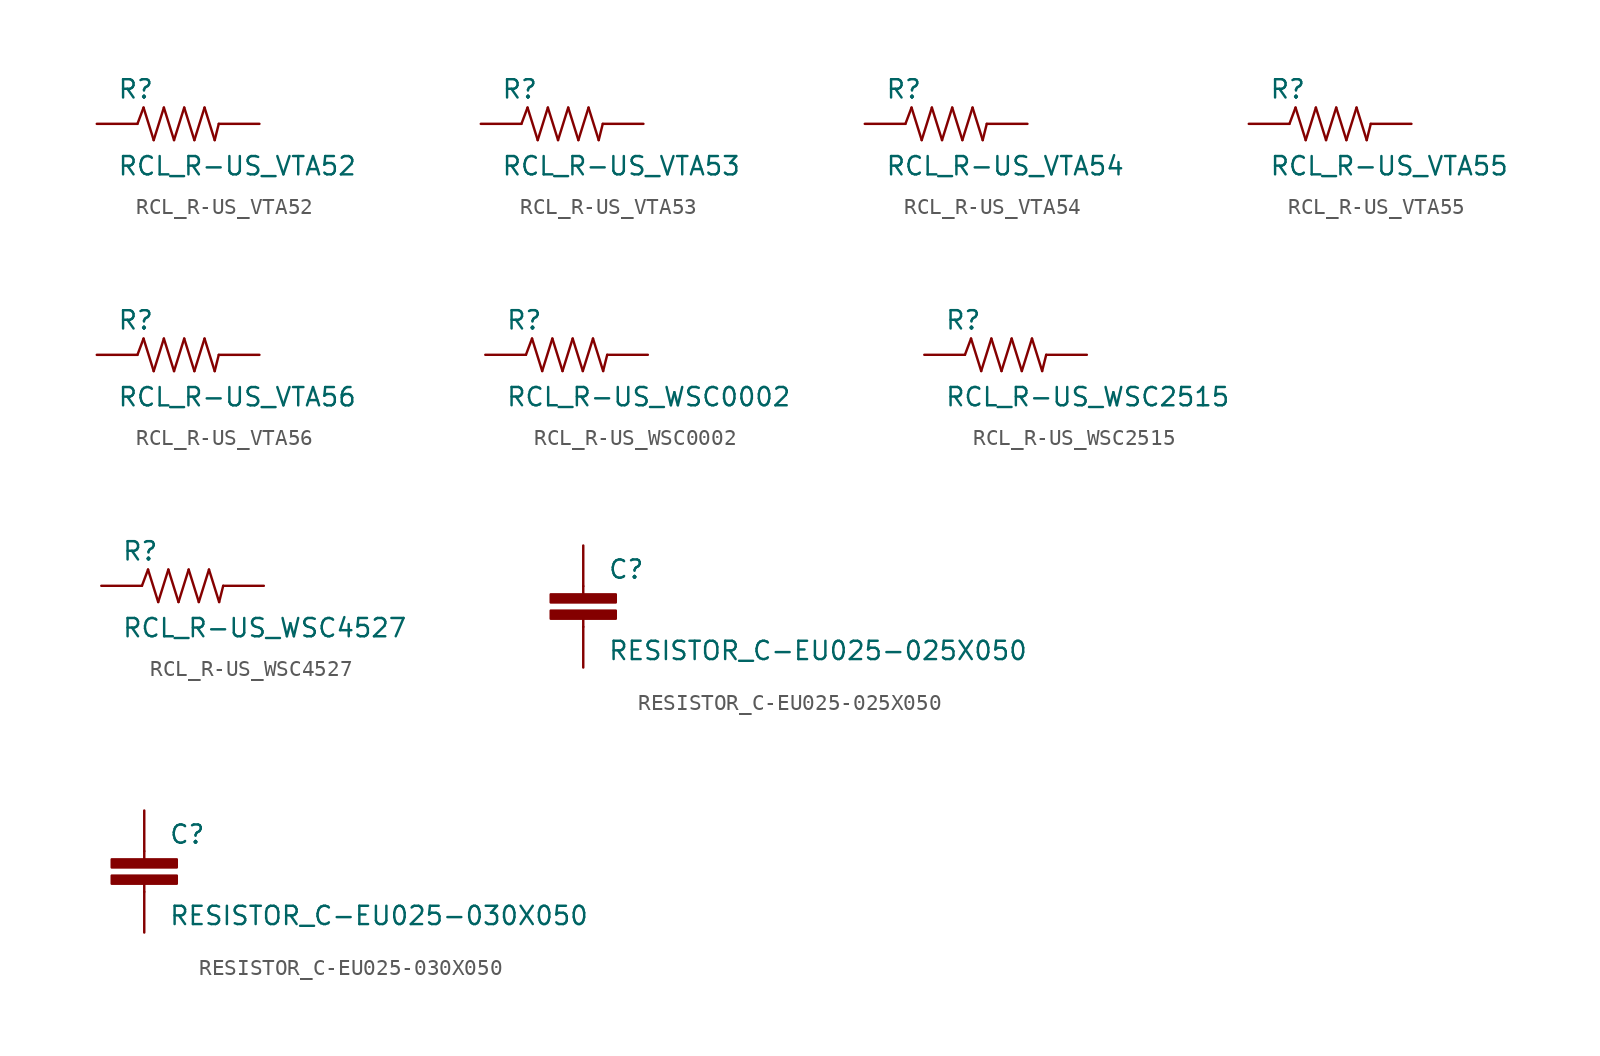
<source format=kicad_sym>
(kicad_symbol_lib
  (version 20210619)
  (generator kicad_symbol_editor)
  (symbol "RCL_R-US_VTA52"
    (pin_numbers hide)
    (pin_names
      (offset 1.016) hide)
    (property "Reference" "R"
      (at -3.81 1.499 0)
      (effects (font (size 1.143 1.143)) (justify left bottom)))
    (property "Value" "RCL_R-US_VTA52"
      (at -3.81 -3.302 0)
      (effects (font (size 1.143 1.143)) (justify left bottom)))
    (property "ki_locked" ""
      (at 0 0 0)
      (effects (font (size 1.27 1.27))))
    (symbol "RCL_R-US_VTA52_1_0"
      (polyline (pts (xy -2.54 0) (xy -2.159 1.016)) (stroke (width 0)) (fill (type none)))
      (polyline (pts (xy -2.159 1.016) (xy -1.524 -1.016)) (stroke (width 0)) (fill (type none)))
      (polyline (pts (xy -1.524 -1.016) (xy -0.889 1.016)) (stroke (width 0)) (fill (type none)))
      (polyline (pts (xy -0.889 1.016) (xy -0.254 -1.016)) (stroke (width 0)) (fill (type none)))
      (polyline (pts (xy -0.254 -1.016) (xy 0.381 1.016)) (stroke (width 0)) (fill (type none)))
      (polyline (pts (xy 0.381 1.016) (xy 1.016 -1.016)) (stroke (width 0)) (fill (type none)))
      (polyline (pts (xy 1.016 -1.016) (xy 1.651 1.016)) (stroke (width 0)) (fill (type none)))
      (polyline (pts (xy 1.651 1.016) (xy 2.286 -1.016)) (stroke (width 0)) (fill (type none)))
      (polyline (pts (xy 2.286 -1.016) (xy 2.54 0)) (stroke (width 0)) (fill (type none))))
    (symbol "RCL_R-US_VTA52_1_1"
      (pin passive line (at -5.08 0 0) (length 2.54) (name "1" (effects (font (size 1.016 1.016)))) (number "1" (effects (font (size 1.016 1.016)))))
      (pin passive line (at 5.08 0 180) (length 2.54) (name "2" (effects (font (size 1.016 1.016)))) (number "2" (effects (font (size 1.016 1.016)))))))
  (symbol "RCL_R-US_VTA53"
    (pin_numbers hide)
    (pin_names
      (offset 1.016) hide)
    (property "Reference" "R"
      (at -3.81 1.499 0)
      (effects (font (size 1.143 1.143)) (justify left bottom)))
    (property "Value" "RCL_R-US_VTA53"
      (at -3.81 -3.302 0)
      (effects (font (size 1.143 1.143)) (justify left bottom)))
    (property "ki_locked" ""
      (at 0 0 0)
      (effects (font (size 1.27 1.27))))
    (symbol "RCL_R-US_VTA53_1_0"
      (polyline (pts (xy -2.54 0) (xy -2.159 1.016)) (stroke (width 0)) (fill (type none)))
      (polyline (pts (xy -2.159 1.016) (xy -1.524 -1.016)) (stroke (width 0)) (fill (type none)))
      (polyline (pts (xy -1.524 -1.016) (xy -0.889 1.016)) (stroke (width 0)) (fill (type none)))
      (polyline (pts (xy -0.889 1.016) (xy -0.254 -1.016)) (stroke (width 0)) (fill (type none)))
      (polyline (pts (xy -0.254 -1.016) (xy 0.381 1.016)) (stroke (width 0)) (fill (type none)))
      (polyline (pts (xy 0.381 1.016) (xy 1.016 -1.016)) (stroke (width 0)) (fill (type none)))
      (polyline (pts (xy 1.016 -1.016) (xy 1.651 1.016)) (stroke (width 0)) (fill (type none)))
      (polyline (pts (xy 1.651 1.016) (xy 2.286 -1.016)) (stroke (width 0)) (fill (type none)))
      (polyline (pts (xy 2.286 -1.016) (xy 2.54 0)) (stroke (width 0)) (fill (type none))))
    (symbol "RCL_R-US_VTA53_1_1"
      (pin passive line (at -5.08 0 0) (length 2.54) (name "1" (effects (font (size 1.016 1.016)))) (number "1" (effects (font (size 1.016 1.016)))))
      (pin passive line (at 5.08 0 180) (length 2.54) (name "2" (effects (font (size 1.016 1.016)))) (number "2" (effects (font (size 1.016 1.016)))))))
  (symbol "RCL_R-US_VTA54"
    (pin_numbers hide)
    (pin_names
      (offset 1.016) hide)
    (property "Reference" "R"
      (at -3.81 1.499 0)
      (effects (font (size 1.143 1.143)) (justify left bottom)))
    (property "Value" "RCL_R-US_VTA54"
      (at -3.81 -3.302 0)
      (effects (font (size 1.143 1.143)) (justify left bottom)))
    (property "ki_locked" ""
      (at 0 0 0)
      (effects (font (size 1.27 1.27))))
    (symbol "RCL_R-US_VTA54_1_0"
      (polyline (pts (xy -2.54 0) (xy -2.159 1.016)) (stroke (width 0)) (fill (type none)))
      (polyline (pts (xy -2.159 1.016) (xy -1.524 -1.016)) (stroke (width 0)) (fill (type none)))
      (polyline (pts (xy -1.524 -1.016) (xy -0.889 1.016)) (stroke (width 0)) (fill (type none)))
      (polyline (pts (xy -0.889 1.016) (xy -0.254 -1.016)) (stroke (width 0)) (fill (type none)))
      (polyline (pts (xy -0.254 -1.016) (xy 0.381 1.016)) (stroke (width 0)) (fill (type none)))
      (polyline (pts (xy 0.381 1.016) (xy 1.016 -1.016)) (stroke (width 0)) (fill (type none)))
      (polyline (pts (xy 1.016 -1.016) (xy 1.651 1.016)) (stroke (width 0)) (fill (type none)))
      (polyline (pts (xy 1.651 1.016) (xy 2.286 -1.016)) (stroke (width 0)) (fill (type none)))
      (polyline (pts (xy 2.286 -1.016) (xy 2.54 0)) (stroke (width 0)) (fill (type none))))
    (symbol "RCL_R-US_VTA54_1_1"
      (pin passive line (at -5.08 0 0) (length 2.54) (name "1" (effects (font (size 1.016 1.016)))) (number "1" (effects (font (size 1.016 1.016)))))
      (pin passive line (at 5.08 0 180) (length 2.54) (name "2" (effects (font (size 1.016 1.016)))) (number "2" (effects (font (size 1.016 1.016)))))))
  (symbol "RCL_R-US_VTA55"
    (pin_numbers hide)
    (pin_names
      (offset 1.016) hide)
    (property "Reference" "R"
      (at -3.81 1.499 0)
      (effects (font (size 1.143 1.143)) (justify left bottom)))
    (property "Value" "RCL_R-US_VTA55"
      (at -3.81 -3.302 0)
      (effects (font (size 1.143 1.143)) (justify left bottom)))
    (property "ki_locked" ""
      (at 0 0 0)
      (effects (font (size 1.27 1.27))))
    (symbol "RCL_R-US_VTA55_1_0"
      (polyline (pts (xy -2.54 0) (xy -2.159 1.016)) (stroke (width 0)) (fill (type none)))
      (polyline (pts (xy -2.159 1.016) (xy -1.524 -1.016)) (stroke (width 0)) (fill (type none)))
      (polyline (pts (xy -1.524 -1.016) (xy -0.889 1.016)) (stroke (width 0)) (fill (type none)))
      (polyline (pts (xy -0.889 1.016) (xy -0.254 -1.016)) (stroke (width 0)) (fill (type none)))
      (polyline (pts (xy -0.254 -1.016) (xy 0.381 1.016)) (stroke (width 0)) (fill (type none)))
      (polyline (pts (xy 0.381 1.016) (xy 1.016 -1.016)) (stroke (width 0)) (fill (type none)))
      (polyline (pts (xy 1.016 -1.016) (xy 1.651 1.016)) (stroke (width 0)) (fill (type none)))
      (polyline (pts (xy 1.651 1.016) (xy 2.286 -1.016)) (stroke (width 0)) (fill (type none)))
      (polyline (pts (xy 2.286 -1.016) (xy 2.54 0)) (stroke (width 0)) (fill (type none))))
    (symbol "RCL_R-US_VTA55_1_1"
      (pin passive line (at -5.08 0 0) (length 2.54) (name "1" (effects (font (size 1.016 1.016)))) (number "1" (effects (font (size 1.016 1.016)))))
      (pin passive line (at 5.08 0 180) (length 2.54) (name "2" (effects (font (size 1.016 1.016)))) (number "2" (effects (font (size 1.016 1.016)))))))
  (symbol "RCL_R-US_VTA56"
    (pin_numbers hide)
    (pin_names
      (offset 1.016) hide)
    (property "Reference" "R"
      (at -3.81 1.499 0)
      (effects (font (size 1.143 1.143)) (justify left bottom)))
    (property "Value" "RCL_R-US_VTA56"
      (at -3.81 -3.302 0)
      (effects (font (size 1.143 1.143)) (justify left bottom)))
    (property "ki_locked" ""
      (at 0 0 0)
      (effects (font (size 1.27 1.27))))
    (symbol "RCL_R-US_VTA56_1_0"
      (polyline (pts (xy -2.54 0) (xy -2.159 1.016)) (stroke (width 0)) (fill (type none)))
      (polyline (pts (xy -2.159 1.016) (xy -1.524 -1.016)) (stroke (width 0)) (fill (type none)))
      (polyline (pts (xy -1.524 -1.016) (xy -0.889 1.016)) (stroke (width 0)) (fill (type none)))
      (polyline (pts (xy -0.889 1.016) (xy -0.254 -1.016)) (stroke (width 0)) (fill (type none)))
      (polyline (pts (xy -0.254 -1.016) (xy 0.381 1.016)) (stroke (width 0)) (fill (type none)))
      (polyline (pts (xy 0.381 1.016) (xy 1.016 -1.016)) (stroke (width 0)) (fill (type none)))
      (polyline (pts (xy 1.016 -1.016) (xy 1.651 1.016)) (stroke (width 0)) (fill (type none)))
      (polyline (pts (xy 1.651 1.016) (xy 2.286 -1.016)) (stroke (width 0)) (fill (type none)))
      (polyline (pts (xy 2.286 -1.016) (xy 2.54 0)) (stroke (width 0)) (fill (type none))))
    (symbol "RCL_R-US_VTA56_1_1"
      (pin passive line (at -5.08 0 0) (length 2.54) (name "1" (effects (font (size 1.016 1.016)))) (number "1" (effects (font (size 1.016 1.016)))))
      (pin passive line (at 5.08 0 180) (length 2.54) (name "2" (effects (font (size 1.016 1.016)))) (number "2" (effects (font (size 1.016 1.016)))))))
  (symbol "RCL_R-US_WSC0002"
    (pin_numbers hide)
    (pin_names
      (offset 1.016) hide)
    (property "Reference" "R"
      (at -3.81 1.499 0)
      (effects (font (size 1.143 1.143)) (justify left bottom)))
    (property "Value" "RCL_R-US_WSC0002"
      (at -3.81 -3.302 0)
      (effects (font (size 1.143 1.143)) (justify left bottom)))
    (property "ki_locked" ""
      (at 0 0 0)
      (effects (font (size 1.27 1.27))))
    (symbol "RCL_R-US_WSC0002_1_0"
      (polyline (pts (xy -2.54 0) (xy -2.159 1.016)) (stroke (width 0)) (fill (type none)))
      (polyline (pts (xy -2.159 1.016) (xy -1.524 -1.016)) (stroke (width 0)) (fill (type none)))
      (polyline (pts (xy -1.524 -1.016) (xy -0.889 1.016)) (stroke (width 0)) (fill (type none)))
      (polyline (pts (xy -0.889 1.016) (xy -0.254 -1.016)) (stroke (width 0)) (fill (type none)))
      (polyline (pts (xy -0.254 -1.016) (xy 0.381 1.016)) (stroke (width 0)) (fill (type none)))
      (polyline (pts (xy 0.381 1.016) (xy 1.016 -1.016)) (stroke (width 0)) (fill (type none)))
      (polyline (pts (xy 1.016 -1.016) (xy 1.651 1.016)) (stroke (width 0)) (fill (type none)))
      (polyline (pts (xy 1.651 1.016) (xy 2.286 -1.016)) (stroke (width 0)) (fill (type none)))
      (polyline (pts (xy 2.286 -1.016) (xy 2.54 0)) (stroke (width 0)) (fill (type none))))
    (symbol "RCL_R-US_WSC0002_1_1"
      (pin passive line (at -5.08 0 0) (length 2.54) (name "1" (effects (font (size 1.016 1.016)))) (number "1" (effects (font (size 1.016 1.016)))))
      (pin passive line (at 5.08 0 180) (length 2.54) (name "2" (effects (font (size 1.016 1.016)))) (number "2" (effects (font (size 1.016 1.016)))))))
  (symbol "RCL_R-US_WSC2515"
    (pin_numbers hide)
    (pin_names
      (offset 1.016) hide)
    (property "Reference" "R"
      (at -3.81 1.499 0)
      (effects (font (size 1.143 1.143)) (justify left bottom)))
    (property "Value" "RCL_R-US_WSC2515"
      (at -3.81 -3.302 0)
      (effects (font (size 1.143 1.143)) (justify left bottom)))
    (property "ki_locked" ""
      (at 0 0 0)
      (effects (font (size 1.27 1.27))))
    (symbol "RCL_R-US_WSC2515_1_0"
      (polyline (pts (xy -2.54 0) (xy -2.159 1.016)) (stroke (width 0)) (fill (type none)))
      (polyline (pts (xy -2.159 1.016) (xy -1.524 -1.016)) (stroke (width 0)) (fill (type none)))
      (polyline (pts (xy -1.524 -1.016) (xy -0.889 1.016)) (stroke (width 0)) (fill (type none)))
      (polyline (pts (xy -0.889 1.016) (xy -0.254 -1.016)) (stroke (width 0)) (fill (type none)))
      (polyline (pts (xy -0.254 -1.016) (xy 0.381 1.016)) (stroke (width 0)) (fill (type none)))
      (polyline (pts (xy 0.381 1.016) (xy 1.016 -1.016)) (stroke (width 0)) (fill (type none)))
      (polyline (pts (xy 1.016 -1.016) (xy 1.651 1.016)) (stroke (width 0)) (fill (type none)))
      (polyline (pts (xy 1.651 1.016) (xy 2.286 -1.016)) (stroke (width 0)) (fill (type none)))
      (polyline (pts (xy 2.286 -1.016) (xy 2.54 0)) (stroke (width 0)) (fill (type none))))
    (symbol "RCL_R-US_WSC2515_1_1"
      (pin passive line (at -5.08 0 0) (length 2.54) (name "1" (effects (font (size 1.016 1.016)))) (number "1" (effects (font (size 1.016 1.016)))))
      (pin passive line (at 5.08 0 180) (length 2.54) (name "2" (effects (font (size 1.016 1.016)))) (number "2" (effects (font (size 1.016 1.016)))))))
  (symbol "RCL_R-US_WSC4527"
    (pin_numbers hide)
    (pin_names
      (offset 1.016) hide)
    (property "Reference" "R"
      (at -3.81 1.499 0)
      (effects (font (size 1.143 1.143)) (justify left bottom)))
    (property "Value" "RCL_R-US_WSC4527"
      (at -3.81 -3.302 0)
      (effects (font (size 1.143 1.143)) (justify left bottom)))
    (property "ki_locked" ""
      (at 0 0 0)
      (effects (font (size 1.27 1.27))))
    (symbol "RCL_R-US_WSC4527_1_0"
      (polyline (pts (xy -2.54 0) (xy -2.159 1.016)) (stroke (width 0)) (fill (type none)))
      (polyline (pts (xy -2.159 1.016) (xy -1.524 -1.016)) (stroke (width 0)) (fill (type none)))
      (polyline (pts (xy -1.524 -1.016) (xy -0.889 1.016)) (stroke (width 0)) (fill (type none)))
      (polyline (pts (xy -0.889 1.016) (xy -0.254 -1.016)) (stroke (width 0)) (fill (type none)))
      (polyline (pts (xy -0.254 -1.016) (xy 0.381 1.016)) (stroke (width 0)) (fill (type none)))
      (polyline (pts (xy 0.381 1.016) (xy 1.016 -1.016)) (stroke (width 0)) (fill (type none)))
      (polyline (pts (xy 1.016 -1.016) (xy 1.651 1.016)) (stroke (width 0)) (fill (type none)))
      (polyline (pts (xy 1.651 1.016) (xy 2.286 -1.016)) (stroke (width 0)) (fill (type none)))
      (polyline (pts (xy 2.286 -1.016) (xy 2.54 0)) (stroke (width 0)) (fill (type none))))
    (symbol "RCL_R-US_WSC4527_1_1"
      (pin passive line (at -5.08 0 0) (length 2.54) (name "1" (effects (font (size 1.016 1.016)))) (number "1" (effects (font (size 1.016 1.016)))))
      (pin passive line (at 5.08 0 180) (length 2.54) (name "2" (effects (font (size 1.016 1.016)))) (number "2" (effects (font (size 1.016 1.016)))))))
  (symbol "RESISTOR_C-EU025-025X050"
    (pin_numbers hide)
    (pin_names
      (offset 1.016) hide)
    (property "Reference" "C"
      (at 1.524 0.381 0)
      (effects (font (size 1.143 1.143)) (justify left bottom)))
    (property "Value" "RESISTOR_C-EU025-025X050"
      (at 1.524 -4.699 0)
      (effects (font (size 1.143 1.143)) (justify left bottom)))
    (property "ki_locked" ""
      (at 0 0 0)
      (effects (font (size 1.27 1.27))))
    (symbol "RESISTOR_C-EU025-025X050_1_0"
      (polyline (pts (xy 0 -2.54) (xy 0 -2.032)) (stroke (width 0)) (fill (type none)))
      (polyline (pts (xy 0 0) (xy 0 -0.508)) (stroke (width 0)) (fill (type none))))
    (symbol "RESISTOR_C-EU025-025X050_1_1"
      (rectangle (start -2.032 -2.032) (end 2.032 -1.524) (stroke (width 0)) (fill (type outline)))
      (rectangle (start -2.032 -1.016) (end 2.032 -0.508) (stroke (width 0)) (fill (type outline)))
      (pin passive line (at 0 2.54 270) (length 2.54) (name "1" (effects (font (size 1.016 1.016)))) (number "1" (effects (font (size 1.016 1.016)))))
      (pin passive line (at 0 -5.08 90) (length 2.54) (name "2" (effects (font (size 1.016 1.016)))) (number "2" (effects (font (size 1.016 1.016)))))))
  (symbol "RESISTOR_C-EU025-030X050"
    (pin_numbers hide)
    (pin_names
      (offset 1.016) hide)
    (property "Reference" "C"
      (at 1.524 0.381 0)
      (effects (font (size 1.143 1.143)) (justify left bottom)))
    (property "Value" "RESISTOR_C-EU025-030X050"
      (at 1.524 -4.699 0)
      (effects (font (size 1.143 1.143)) (justify left bottom)))
    (property "ki_locked" ""
      (at 0 0 0)
      (effects (font (size 1.27 1.27))))
    (symbol "RESISTOR_C-EU025-030X050_1_0"
      (polyline (pts (xy 0 -2.54) (xy 0 -2.032)) (stroke (width 0)) (fill (type none)))
      (polyline (pts (xy 0 0) (xy 0 -0.508)) (stroke (width 0)) (fill (type none))))
    (symbol "RESISTOR_C-EU025-030X050_1_1"
      (rectangle (start -2.032 -2.032) (end 2.032 -1.524) (stroke (width 0)) (fill (type outline)))
      (rectangle (start -2.032 -1.016) (end 2.032 -0.508) (stroke (width 0)) (fill (type outline)))
      (pin passive line (at 0 2.54 270) (length 2.54) (name "1" (effects (font (size 1.016 1.016)))) (number "1" (effects (font (size 1.016 1.016)))))
      (pin passive line (at 0 -5.08 90) (length 2.54) (name "2" (effects (font (size 1.016 1.016)))) (number "2" (effects (font (size 1.016 1.016))))))))
</source>
